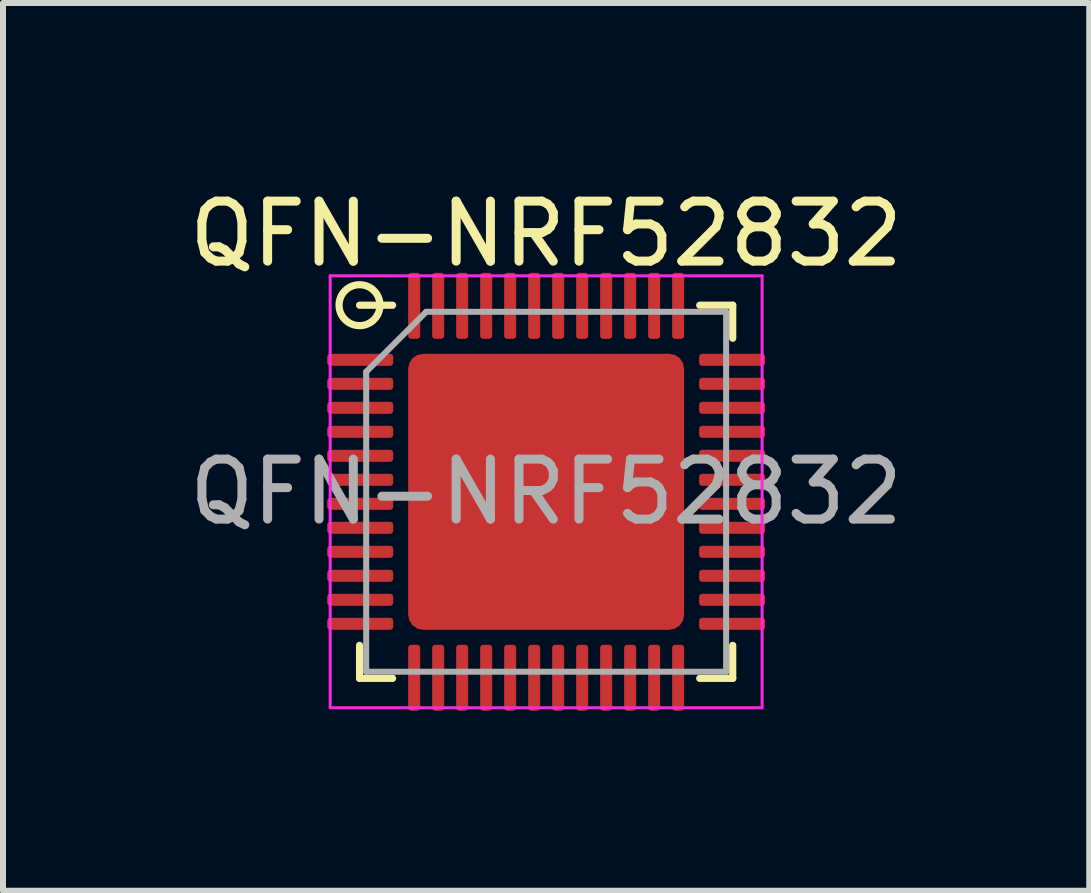
<source format=kicad_pcb>
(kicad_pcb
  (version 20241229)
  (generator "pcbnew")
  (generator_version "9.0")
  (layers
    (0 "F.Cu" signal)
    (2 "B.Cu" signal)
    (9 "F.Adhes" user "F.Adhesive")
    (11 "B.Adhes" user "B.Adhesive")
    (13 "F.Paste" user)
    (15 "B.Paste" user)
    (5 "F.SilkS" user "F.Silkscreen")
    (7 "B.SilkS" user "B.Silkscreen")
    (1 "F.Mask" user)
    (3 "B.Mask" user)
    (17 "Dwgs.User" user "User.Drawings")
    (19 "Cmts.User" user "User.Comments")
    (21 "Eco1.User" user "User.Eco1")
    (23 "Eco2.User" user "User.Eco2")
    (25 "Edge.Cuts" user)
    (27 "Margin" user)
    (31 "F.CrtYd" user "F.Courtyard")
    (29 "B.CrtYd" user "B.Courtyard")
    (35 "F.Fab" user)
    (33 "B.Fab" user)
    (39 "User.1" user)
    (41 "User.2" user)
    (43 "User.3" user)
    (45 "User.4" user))
  (footprint "QFN-NRF52832"
    (layer "F.Cu")
    (at 6.054 5.148)
    (property "Reference" "QFN-NRF52832" (at 0 -4.3 0) (layer "F.SilkS") (effects (font (size 1 1) (thickness 0.15))))
    (attr smd)
    (fp_line (start -3.11 3.11) (end -3.11 2.56) (stroke (width 0.12) (type solid)) (layer "F.SilkS"))
    (fp_line (start -2.56 -3.11) (end -3.11 -3.11) (stroke (width 0.12) (type solid)) (layer "F.SilkS"))
    (fp_line (start -2.56 3.11) (end -3.11 3.11) (stroke (width 0.12) (type solid)) (layer "F.SilkS"))
    (fp_line (start 2.56 -3.11) (end 3.11 -3.11) (stroke (width 0.12) (type solid)) (layer "F.SilkS"))
    (fp_line (start 2.56 3.11) (end 3.11 3.11) (stroke (width 0.12) (type solid)) (layer "F.SilkS"))
    (fp_line (start 3.11 -3.11) (end 3.11 -2.56) (stroke (width 0.12) (type solid)) (layer "F.SilkS"))
    (fp_line (start 3.11 3.11) (end 3.11 2.56) (stroke (width 0.12) (type solid)) (layer "F.SilkS"))
    (fp_circle (center -3.111 -3.111) (end -2.985 -2.794) (stroke (width 0.12) (type solid)) (fill no) (layer "F.SilkS"))
    (fp_line (start -3.6 -3.6) (end -3.6 3.6) (stroke (width 0.05) (type solid)) (layer "F.CrtYd"))
    (fp_line (start -3.6 3.6) (end 3.6 3.6) (stroke (width 0.05) (type solid)) (layer "F.CrtYd"))
    (fp_line (start 3.6 -3.6) (end -3.6 -3.6) (stroke (width 0.05) (type solid)) (layer "F.CrtYd"))
    (fp_line (start 3.6 3.6) (end 3.6 -3.6) (stroke (width 0.05) (type solid)) (layer "F.CrtYd"))
    (fp_line (start -3 -2) (end -2 -3) (stroke (width 0.1) (type solid)) (layer "F.Fab"))
    (fp_line (start -3 3) (end -3 -2) (stroke (width 0.1) (type solid)) (layer "F.Fab"))
    (fp_line (start -2 -3) (end 3 -3) (stroke (width 0.1) (type solid)) (layer "F.Fab"))
    (fp_line (start 3 -3) (end 3 3) (stroke (width 0.1) (type solid)) (layer "F.Fab"))
    (fp_line (start 3 3) (end -3 3) (stroke (width 0.1) (type solid)) (layer "F.Fab"))
    (fp_text user "${REFERENCE}" (at 0 0 0) (layer "F.Fab") (effects (font (size 1 1) (thickness 0.15))))
    (pad "" smd roundrect (at -1.53 -1.53) (size 1.24 1.24) (layers "F.Paste") (roundrect_rratio 0.202))
    (pad "" smd roundrect (at -1.53 0) (size 1.24 1.24) (layers "F.Paste") (roundrect_rratio 0.202))
    (pad "" smd roundrect (at -1.53 1.53) (size 1.24 1.24) (layers "F.Paste") (roundrect_rratio 0.202))
    (pad "" smd roundrect (at 0 -1.53) (size 1.24 1.24) (layers "F.Paste") (roundrect_rratio 0.202))
    (pad "" smd roundrect (at 0 0) (size 1.24 1.24) (layers "F.Paste") (roundrect_rratio 0.202))
    (pad "" smd roundrect (at 0 1.53) (size 1.24 1.24) (layers "F.Paste") (roundrect_rratio 0.202))
    (pad "" smd roundrect (at 1.53 -1.53) (size 1.24 1.24) (layers "F.Paste") (roundrect_rratio 0.202))
    (pad "" smd roundrect (at 1.53 0) (size 1.24 1.24) (layers "F.Paste") (roundrect_rratio 0.202))
    (pad "" smd roundrect (at 1.53 1.53) (size 1.24 1.24) (layers "F.Paste") (roundrect_rratio 0.202))
    (pad "1" smd roundrect (at -3.1 -2.2) (size 1.1 0.2) (layers "F.Cu" "F.Mask" "F.Paste") (roundrect_rratio 0.25))
    (pad "2" smd roundrect (at -3.1 -1.8) (size 1.1 0.2) (layers "F.Cu" "F.Mask" "F.Paste") (roundrect_rratio 0.25))
    (pad "3" smd roundrect (at -3.1 -1.4) (size 1.1 0.2) (layers "F.Cu" "F.Mask" "F.Paste") (roundrect_rratio 0.25))
    (pad "4" smd roundrect (at -3.1 -1) (size 1.1 0.2) (layers "F.Cu" "F.Mask" "F.Paste") (roundrect_rratio 0.25))
    (pad "5" smd roundrect (at -3.1 -0.6) (size 1.1 0.2) (layers "F.Cu" "F.Mask" "F.Paste") (roundrect_rratio 0.25))
    (pad "6" smd roundrect (at -3.1 -0.2) (size 1.1 0.2) (layers "F.Cu" "F.Mask" "F.Paste") (roundrect_rratio 0.25))
    (pad "7" smd roundrect (at -3.1 0.2) (size 1.1 0.2) (layers "F.Cu" "F.Mask" "F.Paste") (roundrect_rratio 0.25))
    (pad "8" smd roundrect (at -3.1 0.6) (size 1.1 0.2) (layers "F.Cu" "F.Mask" "F.Paste") (roundrect_rratio 0.25))
    (pad "9" smd roundrect (at -3.1 1) (size 1.1 0.2) (layers "F.Cu" "F.Mask" "F.Paste") (roundrect_rratio 0.25))
    (pad "10" smd roundrect (at -3.1 1.4) (size 1.1 0.2) (layers "F.Cu" "F.Mask" "F.Paste") (roundrect_rratio 0.25))
    (pad "11" smd roundrect (at -3.1 1.8) (size 1.1 0.2) (layers "F.Cu" "F.Mask" "F.Paste") (roundrect_rratio 0.25))
    (pad "12" smd roundrect (at -3.1 2.2) (size 1.1 0.2) (layers "F.Cu" "F.Mask" "F.Paste") (roundrect_rratio 0.25))
    (pad "13" smd roundrect (at -2.2 3.1) (size 0.2 1.1) (layers "F.Cu" "F.Mask" "F.Paste") (roundrect_rratio 0.25))
    (pad "14" smd roundrect (at -1.8 3.1) (size 0.2 1.1) (layers "F.Cu" "F.Mask" "F.Paste") (roundrect_rratio 0.25))
    (pad "15" smd roundrect (at -1.4 3.1) (size 0.2 1.1) (layers "F.Cu" "F.Mask" "F.Paste") (roundrect_rratio 0.25))
    (pad "16" smd roundrect (at -1 3.1) (size 0.2 1.1) (layers "F.Cu" "F.Mask" "F.Paste") (roundrect_rratio 0.25))
    (pad "17" smd roundrect (at -0.6 3.1) (size 0.2 1.1) (layers "F.Cu" "F.Mask" "F.Paste") (roundrect_rratio 0.25))
    (pad "18" smd roundrect (at -0.2 3.1) (size 0.2 1.1) (layers "F.Cu" "F.Mask" "F.Paste") (roundrect_rratio 0.25))
    (pad "19" smd roundrect (at 0.2 3.1) (size 0.2 1.1) (layers "F.Cu" "F.Mask" "F.Paste") (roundrect_rratio 0.25))
    (pad "20" smd roundrect (at 0.6 3.1) (size 0.2 1.1) (layers "F.Cu" "F.Mask" "F.Paste") (roundrect_rratio 0.25))
    (pad "21" smd roundrect (at 1 3.1) (size 0.2 1.1) (layers "F.Cu" "F.Mask" "F.Paste") (roundrect_rratio 0.25))
    (pad "22" smd roundrect (at 1.4 3.1) (size 0.2 1.1) (layers "F.Cu" "F.Mask" "F.Paste") (roundrect_rratio 0.25))
    (pad "23" smd roundrect (at 1.8 3.1) (size 0.2 1.1) (layers "F.Cu" "F.Mask" "F.Paste") (roundrect_rratio 0.25))
    (pad "24" smd roundrect (at 2.2 3.1) (size 0.2 1.1) (layers "F.Cu" "F.Mask" "F.Paste") (roundrect_rratio 0.25))
    (pad "25" smd roundrect (at 3.1 2.2) (size 1.1 0.2) (layers "F.Cu" "F.Mask" "F.Paste") (roundrect_rratio 0.25))
    (pad "26" smd roundrect (at 3.1 1.8) (size 1.1 0.2) (layers "F.Cu" "F.Mask" "F.Paste") (roundrect_rratio 0.25))
    (pad "27" smd roundrect (at 3.1 1.4) (size 1.1 0.2) (layers "F.Cu" "F.Mask" "F.Paste") (roundrect_rratio 0.25))
    (pad "28" smd roundrect (at 3.1 1) (size 1.1 0.2) (layers "F.Cu" "F.Mask" "F.Paste") (roundrect_rratio 0.25))
    (pad "29" smd roundrect (at 3.1 0.6) (size 1.1 0.2) (layers "F.Cu" "F.Mask" "F.Paste") (roundrect_rratio 0.25))
    (pad "30" smd roundrect (at 3.1 0.2) (size 1.1 0.2) (layers "F.Cu" "F.Mask" "F.Paste") (roundrect_rratio 0.25))
    (pad "31" smd roundrect (at 3.1 -0.2) (size 1.1 0.2) (layers "F.Cu" "F.Mask" "F.Paste") (roundrect_rratio 0.25))
    (pad "32" smd roundrect (at 3.1 -0.6) (size 1.1 0.2) (layers "F.Cu" "F.Mask" "F.Paste") (roundrect_rratio 0.25))
    (pad "33" smd roundrect (at 3.1 -1) (size 1.1 0.2) (layers "F.Cu" "F.Mask" "F.Paste") (roundrect_rratio 0.25))
    (pad "34" smd roundrect (at 3.1 -1.4) (size 1.1 0.2) (layers "F.Cu" "F.Mask" "F.Paste") (roundrect_rratio 0.25))
    (pad "35" smd roundrect (at 3.1 -1.8) (size 1.1 0.2) (layers "F.Cu" "F.Mask" "F.Paste") (roundrect_rratio 0.25))
    (pad "36" smd roundrect (at 3.1 -2.2) (size 1.1 0.2) (layers "F.Cu" "F.Mask" "F.Paste") (roundrect_rratio 0.25))
    (pad "37" smd roundrect (at 2.2 -3.1) (size 0.2 1.1) (layers "F.Cu" "F.Mask" "F.Paste") (roundrect_rratio 0.25))
    (pad "38" smd roundrect (at 1.8 -3.1) (size 0.2 1.1) (layers "F.Cu" "F.Mask" "F.Paste") (roundrect_rratio 0.25))
    (pad "39" smd roundrect (at 1.4 -3.1) (size 0.2 1.1) (layers "F.Cu" "F.Mask" "F.Paste") (roundrect_rratio 0.25))
    (pad "40" smd roundrect (at 1 -3.1) (size 0.2 1.1) (layers "F.Cu" "F.Mask" "F.Paste") (roundrect_rratio 0.25))
    (pad "41" smd roundrect (at 0.6 -3.1) (size 0.2 1.1) (layers "F.Cu" "F.Mask" "F.Paste") (roundrect_rratio 0.25))
    (pad "42" smd roundrect (at 0.2 -3.1) (size 0.2 1.1) (layers "F.Cu" "F.Mask" "F.Paste") (roundrect_rratio 0.25))
    (pad "43" smd roundrect (at -0.2 -3.1) (size 0.2 1.1) (layers "F.Cu" "F.Mask" "F.Paste") (roundrect_rratio 0.25))
    (pad "44" smd roundrect (at -0.6 -3.1) (size 0.2 1.1) (layers "F.Cu" "F.Mask" "F.Paste") (roundrect_rratio 0.25))
    (pad "45" smd roundrect (at -1 -3.1) (size 0.2 1.1) (layers "F.Cu" "F.Mask" "F.Paste") (roundrect_rratio 0.25))
    (pad "46" smd roundrect (at -1.4 -3.1) (size 0.2 1.1) (layers "F.Cu" "F.Mask" "F.Paste") (roundrect_rratio 0.25))
    (pad "47" smd roundrect (at -1.8 -3.1) (size 0.2 1.1) (layers "F.Cu" "F.Mask" "F.Paste") (roundrect_rratio 0.25))
    (pad "48" smd roundrect (at -2.2 -3.1) (size 0.2 1.1) (layers "F.Cu" "F.Mask" "F.Paste") (roundrect_rratio 0.25))
    (pad "49" smd roundrect (at 0 0) (size 4.6 4.6) (layers "F.Cu" "F.Mask") (roundrect_rratio 0.054)))
  (gr_rect
    (start -3 -3)
    (end 15.107 11.798)
    (stroke (width 0.1) (type default))
    (fill no)
    (layer "Edge.Cuts")))
</source>
